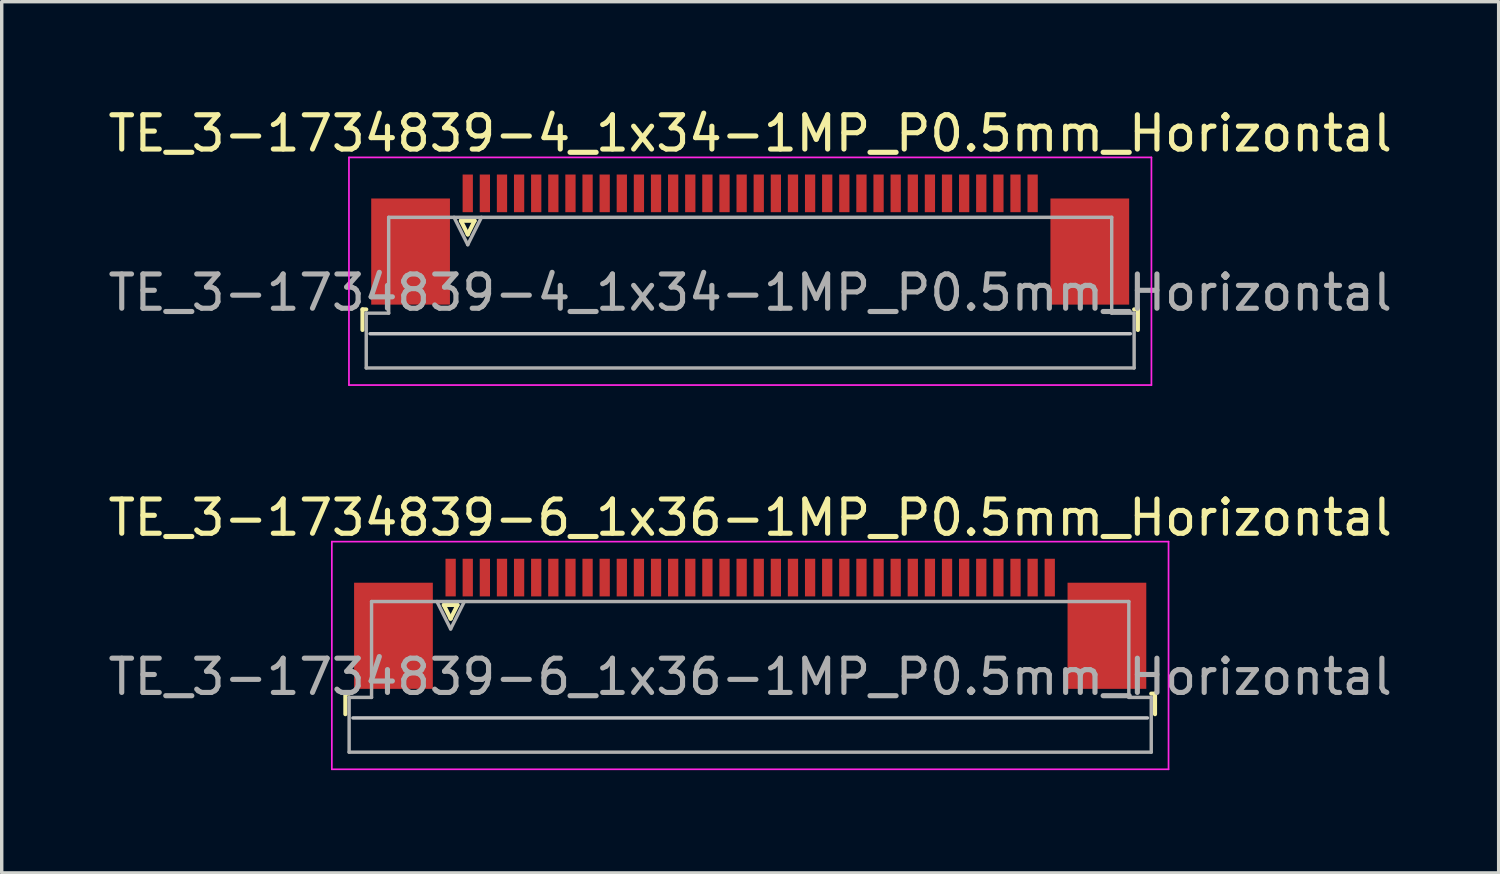
<source format=kicad_pcb>
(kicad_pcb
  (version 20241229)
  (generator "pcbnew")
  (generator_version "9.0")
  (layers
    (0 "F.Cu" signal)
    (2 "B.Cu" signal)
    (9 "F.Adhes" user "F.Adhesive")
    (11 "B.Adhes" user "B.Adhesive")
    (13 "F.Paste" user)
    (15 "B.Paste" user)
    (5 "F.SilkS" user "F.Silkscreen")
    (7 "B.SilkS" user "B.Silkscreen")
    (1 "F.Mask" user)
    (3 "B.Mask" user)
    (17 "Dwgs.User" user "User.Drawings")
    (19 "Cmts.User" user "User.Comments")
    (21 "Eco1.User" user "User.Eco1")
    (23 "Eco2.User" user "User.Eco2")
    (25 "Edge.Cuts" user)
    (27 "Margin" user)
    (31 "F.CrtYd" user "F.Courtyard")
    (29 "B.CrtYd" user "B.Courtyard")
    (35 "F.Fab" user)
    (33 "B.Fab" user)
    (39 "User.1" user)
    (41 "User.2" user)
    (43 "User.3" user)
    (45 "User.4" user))
  (footprint "TE_3-1734839-4_1x34-1MP_P0.5mm_Horizontal"
    (layer "F.Cu")
    (at 18.863 3.948)
    (property "Reference" "TE_3-1734839-4_1x34-1MP_P0.5mm_Horizontal" (at 0 -3.1 0) (layer "F.SilkS") (effects (font (size 1 1) (thickness 0.15))))
    (attr smd)
    (fp_line (start -11.325 2.04) (end -11.325 2.64) (stroke (width 0.12) (type solid)) (layer "F.SilkS"))
    (fp_line (start -11.215 2.04) (end -11.325 2.04) (stroke (width 0.12) (type solid)) (layer "F.SilkS"))
    (fp_line (start -8.45 -0.55) (end -8.25 -0.15) (stroke (width 0.12) (type solid)) (layer "F.SilkS"))
    (fp_line (start -8.25 -0.15) (end -8.05 -0.55) (stroke (width 0.12) (type solid)) (layer "F.SilkS"))
    (fp_line (start -8.05 -0.55) (end -8.45 -0.55) (stroke (width 0.12) (type solid)) (layer "F.SilkS"))
    (fp_line (start 11.215 2.04) (end 11.325 2.04) (stroke (width 0.12) (type solid)) (layer "F.SilkS"))
    (fp_line (start 11.325 2.04) (end 11.325 2.64) (stroke (width 0.12) (type solid)) (layer "F.SilkS"))
    (fp_line (start 11.105 2.75) (end -11.105 2.75) (stroke (width 0.1) (type solid)) (layer "Dwgs.User"))
    (fp_line (start -11.72 -2.4) (end -11.72 4.25) (stroke (width 0.05) (type solid)) (layer "F.CrtYd"))
    (fp_line (start -11.72 4.25) (end 11.72 4.25) (stroke (width 0.05) (type solid)) (layer "F.CrtYd"))
    (fp_line (start 11.72 -2.4) (end -11.72 -2.4) (stroke (width 0.05) (type solid)) (layer "F.CrtYd"))
    (fp_line (start 11.72 4.25) (end 11.72 -2.4) (stroke (width 0.05) (type solid)) (layer "F.CrtYd"))
    (fp_line (start -11.215 2.15) (end -10.56 2.15) (stroke (width 0.1) (type solid)) (layer "F.Fab"))
    (fp_line (start -11.215 3.75) (end -11.215 2.15) (stroke (width 0.1) (type solid)) (layer "F.Fab"))
    (fp_line (start -10.56 -0.65) (end 10.56 -0.65) (stroke (width 0.1) (type solid)) (layer "F.Fab"))
    (fp_line (start -10.56 2.15) (end -10.56 -0.65) (stroke (width 0.1) (type solid)) (layer "F.Fab"))
    (fp_line (start -8.65 -0.65) (end -8.25 0.15) (stroke (width 0.1) (type solid)) (layer "F.Fab"))
    (fp_line (start -8.25 0.15) (end -7.85 -0.65) (stroke (width 0.1) (type solid)) (layer "F.Fab"))
    (fp_line (start 10.56 -0.65) (end 10.56 2.15) (stroke (width 0.1) (type solid)) (layer "F.Fab"))
    (fp_line (start 10.56 2.15) (end 11.215 2.15) (stroke (width 0.1) (type solid)) (layer "F.Fab"))
    (fp_line (start 11.215 2.15) (end 11.215 3.75) (stroke (width 0.1) (type solid)) (layer "F.Fab"))
    (fp_line (start 11.215 3.75) (end -11.215 3.75) (stroke (width 0.1) (type solid)) (layer "F.Fab"))
    (fp_text user "${REFERENCE}" (at 0 1.55 0) (layer "F.Fab") (effects (font (size 1 1) (thickness 0.15))))
    (pad "1" smd rect (at -8.25 -1.35) (size 0.3 1.1) (layers "F.Cu" "F.Mask" "F.Paste"))
    (pad "2" smd rect (at -7.75 -1.35) (size 0.3 1.1) (layers "F.Cu" "F.Mask" "F.Paste"))
    (pad "3" smd rect (at -7.25 -1.35) (size 0.3 1.1) (layers "F.Cu" "F.Mask" "F.Paste"))
    (pad "4" smd rect (at -6.75 -1.35) (size 0.3 1.1) (layers "F.Cu" "F.Mask" "F.Paste"))
    (pad "5" smd rect (at -6.25 -1.35) (size 0.3 1.1) (layers "F.Cu" "F.Mask" "F.Paste"))
    (pad "6" smd rect (at -5.75 -1.35) (size 0.3 1.1) (layers "F.Cu" "F.Mask" "F.Paste"))
    (pad "7" smd rect (at -5.25 -1.35) (size 0.3 1.1) (layers "F.Cu" "F.Mask" "F.Paste"))
    (pad "8" smd rect (at -4.75 -1.35) (size 0.3 1.1) (layers "F.Cu" "F.Mask" "F.Paste"))
    (pad "9" smd rect (at -4.25 -1.35) (size 0.3 1.1) (layers "F.Cu" "F.Mask" "F.Paste"))
    (pad "10" smd rect (at -3.75 -1.35) (size 0.3 1.1) (layers "F.Cu" "F.Mask" "F.Paste"))
    (pad "11" smd rect (at -3.25 -1.35) (size 0.3 1.1) (layers "F.Cu" "F.Mask" "F.Paste"))
    (pad "12" smd rect (at -2.75 -1.35) (size 0.3 1.1) (layers "F.Cu" "F.Mask" "F.Paste"))
    (pad "13" smd rect (at -2.25 -1.35) (size 0.3 1.1) (layers "F.Cu" "F.Mask" "F.Paste"))
    (pad "14" smd rect (at -1.75 -1.35) (size 0.3 1.1) (layers "F.Cu" "F.Mask" "F.Paste"))
    (pad "15" smd rect (at -1.25 -1.35) (size 0.3 1.1) (layers "F.Cu" "F.Mask" "F.Paste"))
    (pad "16" smd rect (at -0.75 -1.35) (size 0.3 1.1) (layers "F.Cu" "F.Mask" "F.Paste"))
    (pad "17" smd rect (at -0.25 -1.35) (size 0.3 1.1) (layers "F.Cu" "F.Mask" "F.Paste"))
    (pad "18" smd rect (at 0.25 -1.35) (size 0.3 1.1) (layers "F.Cu" "F.Mask" "F.Paste"))
    (pad "19" smd rect (at 0.75 -1.35) (size 0.3 1.1) (layers "F.Cu" "F.Mask" "F.Paste"))
    (pad "20" smd rect (at 1.25 -1.35) (size 0.3 1.1) (layers "F.Cu" "F.Mask" "F.Paste"))
    (pad "21" smd rect (at 1.75 -1.35) (size 0.3 1.1) (layers "F.Cu" "F.Mask" "F.Paste"))
    (pad "22" smd rect (at 2.25 -1.35) (size 0.3 1.1) (layers "F.Cu" "F.Mask" "F.Paste"))
    (pad "23" smd rect (at 2.75 -1.35) (size 0.3 1.1) (layers "F.Cu" "F.Mask" "F.Paste"))
    (pad "24" smd rect (at 3.25 -1.35) (size 0.3 1.1) (layers "F.Cu" "F.Mask" "F.Paste"))
    (pad "25" smd rect (at 3.75 -1.35) (size 0.3 1.1) (layers "F.Cu" "F.Mask" "F.Paste"))
    (pad "26" smd rect (at 4.25 -1.35) (size 0.3 1.1) (layers "F.Cu" "F.Mask" "F.Paste"))
    (pad "27" smd rect (at 4.75 -1.35) (size 0.3 1.1) (layers "F.Cu" "F.Mask" "F.Paste"))
    (pad "28" smd rect (at 5.25 -1.35) (size 0.3 1.1) (layers "F.Cu" "F.Mask" "F.Paste"))
    (pad "29" smd rect (at 5.75 -1.35) (size 0.3 1.1) (layers "F.Cu" "F.Mask" "F.Paste"))
    (pad "30" smd rect (at 6.25 -1.35) (size 0.3 1.1) (layers "F.Cu" "F.Mask" "F.Paste"))
    (pad "31" smd rect (at 6.75 -1.35) (size 0.3 1.1) (layers "F.Cu" "F.Mask" "F.Paste"))
    (pad "32" smd rect (at 7.25 -1.35) (size 0.3 1.1) (layers "F.Cu" "F.Mask" "F.Paste"))
    (pad "33" smd rect (at 7.75 -1.35) (size 0.3 1.1) (layers "F.Cu" "F.Mask" "F.Paste"))
    (pad "34" smd rect (at 8.25 -1.35) (size 0.3 1.1) (layers "F.Cu" "F.Mask" "F.Paste"))
    (pad "MP" smd rect (at -9.92 0.35) (size 2.3 3.1) (layers "F.Cu" "F.Mask" "F.Paste"))
    (pad "MP" smd rect (at 9.92 0.35) (size 2.3 3.1) (layers "F.Cu" "F.Mask" "F.Paste")))
  (footprint "TE_3-1734839-6_1x36-1MP_P0.5mm_Horizontal"
    (layer "F.Cu")
    (at 18.863 15.171)
    (property "Reference" "TE_3-1734839-6_1x36-1MP_P0.5mm_Horizontal" (at 0 -3.1 0) (layer "F.SilkS") (effects (font (size 1 1) (thickness 0.15))))
    (attr smd)
    (fp_line (start -11.825 2.04) (end -11.825 2.64) (stroke (width 0.12) (type solid)) (layer "F.SilkS"))
    (fp_line (start -11.715 2.04) (end -11.825 2.04) (stroke (width 0.12) (type solid)) (layer "F.SilkS"))
    (fp_line (start -8.95 -0.55) (end -8.75 -0.15) (stroke (width 0.12) (type solid)) (layer "F.SilkS"))
    (fp_line (start -8.75 -0.15) (end -8.55 -0.55) (stroke (width 0.12) (type solid)) (layer "F.SilkS"))
    (fp_line (start -8.55 -0.55) (end -8.95 -0.55) (stroke (width 0.12) (type solid)) (layer "F.SilkS"))
    (fp_line (start 11.715 2.04) (end 11.825 2.04) (stroke (width 0.12) (type solid)) (layer "F.SilkS"))
    (fp_line (start 11.825 2.04) (end 11.825 2.64) (stroke (width 0.12) (type solid)) (layer "F.SilkS"))
    (fp_line (start 11.605 2.75) (end -11.605 2.75) (stroke (width 0.1) (type solid)) (layer "Dwgs.User"))
    (fp_line (start -12.22 -2.4) (end -12.22 4.25) (stroke (width 0.05) (type solid)) (layer "F.CrtYd"))
    (fp_line (start -12.22 4.25) (end 12.22 4.25) (stroke (width 0.05) (type solid)) (layer "F.CrtYd"))
    (fp_line (start 12.22 -2.4) (end -12.22 -2.4) (stroke (width 0.05) (type solid)) (layer "F.CrtYd"))
    (fp_line (start 12.22 4.25) (end 12.22 -2.4) (stroke (width 0.05) (type solid)) (layer "F.CrtYd"))
    (fp_line (start -11.715 2.15) (end -11.06 2.15) (stroke (width 0.1) (type solid)) (layer "F.Fab"))
    (fp_line (start -11.715 3.75) (end -11.715 2.15) (stroke (width 0.1) (type solid)) (layer "F.Fab"))
    (fp_line (start -11.06 -0.65) (end 11.06 -0.65) (stroke (width 0.1) (type solid)) (layer "F.Fab"))
    (fp_line (start -11.06 2.15) (end -11.06 -0.65) (stroke (width 0.1) (type solid)) (layer "F.Fab"))
    (fp_line (start -9.15 -0.65) (end -8.75 0.15) (stroke (width 0.1) (type solid)) (layer "F.Fab"))
    (fp_line (start -8.75 0.15) (end -8.35 -0.65) (stroke (width 0.1) (type solid)) (layer "F.Fab"))
    (fp_line (start 11.06 -0.65) (end 11.06 2.15) (stroke (width 0.1) (type solid)) (layer "F.Fab"))
    (fp_line (start 11.06 2.15) (end 11.715 2.15) (stroke (width 0.1) (type solid)) (layer "F.Fab"))
    (fp_line (start 11.715 2.15) (end 11.715 3.75) (stroke (width 0.1) (type solid)) (layer "F.Fab"))
    (fp_line (start 11.715 3.75) (end -11.715 3.75) (stroke (width 0.1) (type solid)) (layer "F.Fab"))
    (fp_text user "${REFERENCE}" (at 0 1.55 0) (layer "F.Fab") (effects (font (size 1 1) (thickness 0.15))))
    (pad "1" smd rect (at -8.75 -1.35) (size 0.3 1.1) (layers "F.Cu" "F.Mask" "F.Paste"))
    (pad "2" smd rect (at -8.25 -1.35) (size 0.3 1.1) (layers "F.Cu" "F.Mask" "F.Paste"))
    (pad "3" smd rect (at -7.75 -1.35) (size 0.3 1.1) (layers "F.Cu" "F.Mask" "F.Paste"))
    (pad "4" smd rect (at -7.25 -1.35) (size 0.3 1.1) (layers "F.Cu" "F.Mask" "F.Paste"))
    (pad "5" smd rect (at -6.75 -1.35) (size 0.3 1.1) (layers "F.Cu" "F.Mask" "F.Paste"))
    (pad "6" smd rect (at -6.25 -1.35) (size 0.3 1.1) (layers "F.Cu" "F.Mask" "F.Paste"))
    (pad "7" smd rect (at -5.75 -1.35) (size 0.3 1.1) (layers "F.Cu" "F.Mask" "F.Paste"))
    (pad "8" smd rect (at -5.25 -1.35) (size 0.3 1.1) (layers "F.Cu" "F.Mask" "F.Paste"))
    (pad "9" smd rect (at -4.75 -1.35) (size 0.3 1.1) (layers "F.Cu" "F.Mask" "F.Paste"))
    (pad "10" smd rect (at -4.25 -1.35) (size 0.3 1.1) (layers "F.Cu" "F.Mask" "F.Paste"))
    (pad "11" smd rect (at -3.75 -1.35) (size 0.3 1.1) (layers "F.Cu" "F.Mask" "F.Paste"))
    (pad "12" smd rect (at -3.25 -1.35) (size 0.3 1.1) (layers "F.Cu" "F.Mask" "F.Paste"))
    (pad "13" smd rect (at -2.75 -1.35) (size 0.3 1.1) (layers "F.Cu" "F.Mask" "F.Paste"))
    (pad "14" smd rect (at -2.25 -1.35) (size 0.3 1.1) (layers "F.Cu" "F.Mask" "F.Paste"))
    (pad "15" smd rect (at -1.75 -1.35) (size 0.3 1.1) (layers "F.Cu" "F.Mask" "F.Paste"))
    (pad "16" smd rect (at -1.25 -1.35) (size 0.3 1.1) (layers "F.Cu" "F.Mask" "F.Paste"))
    (pad "17" smd rect (at -0.75 -1.35) (size 0.3 1.1) (layers "F.Cu" "F.Mask" "F.Paste"))
    (pad "18" smd rect (at -0.25 -1.35) (size 0.3 1.1) (layers "F.Cu" "F.Mask" "F.Paste"))
    (pad "19" smd rect (at 0.25 -1.35) (size 0.3 1.1) (layers "F.Cu" "F.Mask" "F.Paste"))
    (pad "20" smd rect (at 0.75 -1.35) (size 0.3 1.1) (layers "F.Cu" "F.Mask" "F.Paste"))
    (pad "21" smd rect (at 1.25 -1.35) (size 0.3 1.1) (layers "F.Cu" "F.Mask" "F.Paste"))
    (pad "22" smd rect (at 1.75 -1.35) (size 0.3 1.1) (layers "F.Cu" "F.Mask" "F.Paste"))
    (pad "23" smd rect (at 2.25 -1.35) (size 0.3 1.1) (layers "F.Cu" "F.Mask" "F.Paste"))
    (pad "24" smd rect (at 2.75 -1.35) (size 0.3 1.1) (layers "F.Cu" "F.Mask" "F.Paste"))
    (pad "25" smd rect (at 3.25 -1.35) (size 0.3 1.1) (layers "F.Cu" "F.Mask" "F.Paste"))
    (pad "26" smd rect (at 3.75 -1.35) (size 0.3 1.1) (layers "F.Cu" "F.Mask" "F.Paste"))
    (pad "27" smd rect (at 4.25 -1.35) (size 0.3 1.1) (layers "F.Cu" "F.Mask" "F.Paste"))
    (pad "28" smd rect (at 4.75 -1.35) (size 0.3 1.1) (layers "F.Cu" "F.Mask" "F.Paste"))
    (pad "29" smd rect (at 5.25 -1.35) (size 0.3 1.1) (layers "F.Cu" "F.Mask" "F.Paste"))
    (pad "30" smd rect (at 5.75 -1.35) (size 0.3 1.1) (layers "F.Cu" "F.Mask" "F.Paste"))
    (pad "31" smd rect (at 6.25 -1.35) (size 0.3 1.1) (layers "F.Cu" "F.Mask" "F.Paste"))
    (pad "32" smd rect (at 6.75 -1.35) (size 0.3 1.1) (layers "F.Cu" "F.Mask" "F.Paste"))
    (pad "33" smd rect (at 7.25 -1.35) (size 0.3 1.1) (layers "F.Cu" "F.Mask" "F.Paste"))
    (pad "34" smd rect (at 7.75 -1.35) (size 0.3 1.1) (layers "F.Cu" "F.Mask" "F.Paste"))
    (pad "35" smd rect (at 8.25 -1.35) (size 0.3 1.1) (layers "F.Cu" "F.Mask" "F.Paste"))
    (pad "36" smd rect (at 8.75 -1.35) (size 0.3 1.1) (layers "F.Cu" "F.Mask" "F.Paste"))
    (pad "MP" smd rect (at -10.42 0.35) (size 2.3 3.1) (layers "F.Cu" "F.Mask" "F.Paste"))
    (pad "MP" smd rect (at 10.42 0.35) (size 2.3 3.1) (layers "F.Cu" "F.Mask" "F.Paste")))
  (gr_rect
    (start -3 -3)
    (end 40.726 22.447)
    (stroke (width 0.1) (type default))
    (fill no)
    (layer "Edge.Cuts")))
</source>
